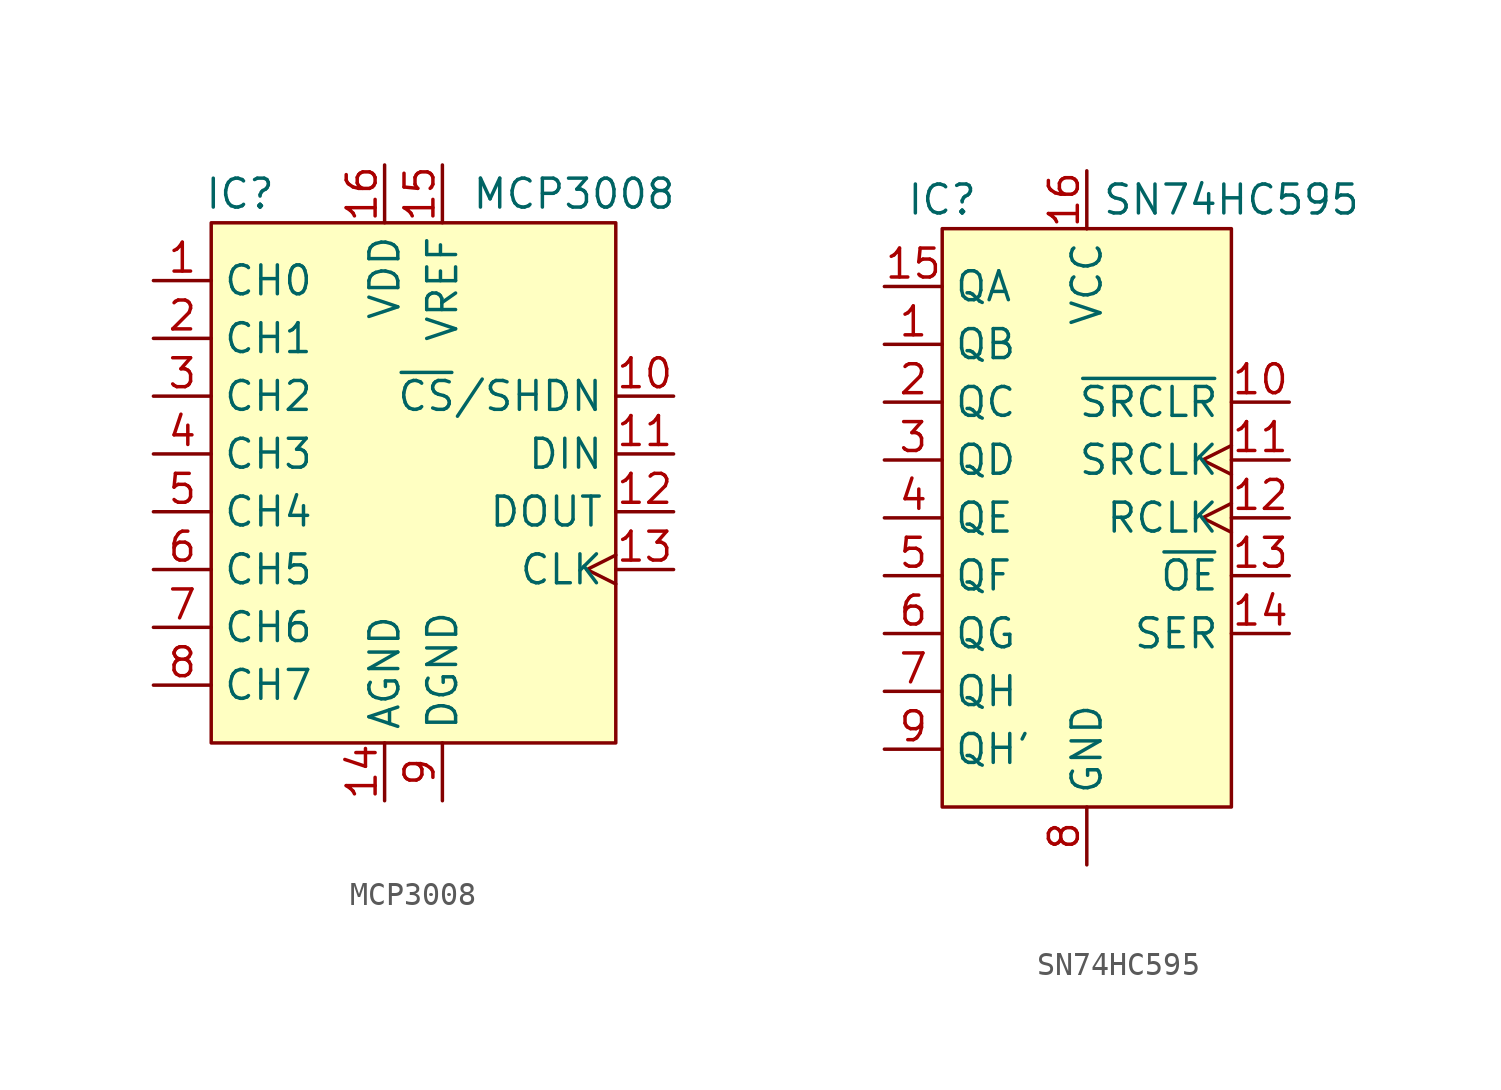
<source format=kicad_sym>
(kicad_symbol_lib
  (version 20220914)
  (generator kicad_symbol_editor)
  (symbol "MCP3008"
    (property "Reference" "IC"
      (at -7.62 12.7 0)
      (effects (font (size 1.27 1.27))))
    (property "Value" "MCP3008"
      (at 2.54 12.7 0)
      (effects (font (size 1.27 1.27)) (justify left)))
    (symbol "MCP3008_1_1"
      (rectangle (start -8.89 11.43) (end 8.89 -11.43) (stroke (width 0) (type default)) (fill (type background)))
      (pin input line (at -11.43 8.89 0) (length 2.54) (name "CH0" (effects (font (size 1.27 1.27)))) (number "1" (effects (font (size 1.27 1.27)))))
      (pin input line (at 11.43 3.81 180) (length 2.54) (name "~{CS}/SHDN" (effects (font (size 1.27 1.27)))) (number "10" (effects (font (size 1.27 1.27)))))
      (pin input line (at 11.43 1.27 180) (length 2.54) (name "DIN" (effects (font (size 1.27 1.27)))) (number "11" (effects (font (size 1.27 1.27)))))
      (pin output line (at 11.43 -1.27 180) (length 2.54) (name "DOUT" (effects (font (size 1.27 1.27)))) (number "12" (effects (font (size 1.27 1.27)))))
      (pin input clock (at 11.43 -3.81 180) (length 2.54) (name "CLK" (effects (font (size 1.27 1.27)))) (number "13" (effects (font (size 1.27 1.27)))))
      (pin power_in line (at -1.27 -13.97 90) (length 2.54) (name "AGND" (effects (font (size 1.27 1.27)))) (number "14" (effects (font (size 1.27 1.27)))))
      (pin power_in line (at 1.27 13.97 270) (length 2.54) (name "VREF" (effects (font (size 1.27 1.27)))) (number "15" (effects (font (size 1.27 1.27)))))
      (pin power_in line (at -1.27 13.97 270) (length 2.54) (name "VDD" (effects (font (size 1.27 1.27)))) (number "16" (effects (font (size 1.27 1.27)))))
      (pin input line (at -11.43 6.35 0) (length 2.54) (name "CH1" (effects (font (size 1.27 1.27)))) (number "2" (effects (font (size 1.27 1.27)))))
      (pin input line (at -11.43 3.81 0) (length 2.54) (name "CH2" (effects (font (size 1.27 1.27)))) (number "3" (effects (font (size 1.27 1.27)))))
      (pin input line (at -11.43 1.27 0) (length 2.54) (name "CH3" (effects (font (size 1.27 1.27)))) (number "4" (effects (font (size 1.27 1.27)))))
      (pin input line (at -11.43 -1.27 0) (length 2.54) (name "CH4" (effects (font (size 1.27 1.27)))) (number "5" (effects (font (size 1.27 1.27)))))
      (pin input line (at -11.43 -3.81 0) (length 2.54) (name "CH5" (effects (font (size 1.27 1.27)))) (number "6" (effects (font (size 1.27 1.27)))))
      (pin input line (at -11.43 -6.35 0) (length 2.54) (name "CH6" (effects (font (size 1.27 1.27)))) (number "7" (effects (font (size 1.27 1.27)))))
      (pin input line (at -11.43 -8.89 0) (length 2.54) (name "CH7" (effects (font (size 1.27 1.27)))) (number "8" (effects (font (size 1.27 1.27)))))
      (pin power_in line (at 1.27 -13.97 90) (length 2.54) (name "DGND" (effects (font (size 1.27 1.27)))) (number "9" (effects (font (size 1.27 1.27)))))))
  (symbol "SN74HC595"
    (property "Reference" "IC"
      (at -6.35 13.97 0)
      (effects (font (size 1.27 1.27))))
    (property "Value" "SN74HC595"
      (at 6.35 13.97 0)
      (effects (font (size 1.27 1.27))))
    (symbol "SN74HC595_0_1"
      (rectangle (start 0 12.7) (end 0 12.7) (stroke (width 0) (type default)) (fill (type none))))
    (symbol "SN74HC595_1_1"
      (rectangle (start -6.35 12.7) (end 6.35 -12.7) (stroke (width 0) (type default)) (fill (type background)))
      (pin output line (at -8.89 7.62 0) (length 2.54) (name "QB" (effects (font (size 1.27 1.27)))) (number "1" (effects (font (size 1.27 1.27)))))
      (pin input line (at 8.89 5.08 180) (length 2.54) (name "~{SRCLR}" (effects (font (size 1.27 1.27)))) (number "10" (effects (font (size 1.27 1.27)))))
      (pin input clock (at 8.89 2.54 180) (length 2.54) (name "SRCLK" (effects (font (size 1.27 1.27)))) (number "11" (effects (font (size 1.27 1.27)))))
      (pin input clock (at 8.89 0 180) (length 2.54) (name "RCLK" (effects (font (size 1.27 1.27)))) (number "12" (effects (font (size 1.27 1.27)))))
      (pin input line (at 8.89 -2.54 180) (length 2.54) (name "~{OE}" (effects (font (size 1.27 1.27)))) (number "13" (effects (font (size 1.27 1.27)))))
      (pin input line (at 8.89 -5.08 180) (length 2.54) (name "SER" (effects (font (size 1.27 1.27)))) (number "14" (effects (font (size 1.27 1.27)))))
      (pin output line (at -8.89 10.16 0) (length 2.54) (name "QA" (effects (font (size 1.27 1.27)))) (number "15" (effects (font (size 1.27 1.27)))))
      (pin power_in line (at 0 15.24 270) (length 2.54) (name "VCC" (effects (font (size 1.27 1.27)))) (number "16" (effects (font (size 1.27 1.27)))))
      (pin output line (at -8.89 5.08 0) (length 2.54) (name "QC" (effects (font (size 1.27 1.27)))) (number "2" (effects (font (size 1.27 1.27)))))
      (pin output line (at -8.89 2.54 0) (length 2.54) (name "QD" (effects (font (size 1.27 1.27)))) (number "3" (effects (font (size 1.27 1.27)))))
      (pin output line (at -8.89 0 0) (length 2.54) (name "QE" (effects (font (size 1.27 1.27)))) (number "4" (effects (font (size 1.27 1.27)))))
      (pin output line (at -8.89 -2.54 0) (length 2.54) (name "QF" (effects (font (size 1.27 1.27)))) (number "5" (effects (font (size 1.27 1.27)))))
      (pin output line (at -8.89 -5.08 0) (length 2.54) (name "QG" (effects (font (size 1.27 1.27)))) (number "6" (effects (font (size 1.27 1.27)))))
      (pin output line (at -8.89 -7.62 0) (length 2.54) (name "QH" (effects (font (size 1.27 1.27)))) (number "7" (effects (font (size 1.27 1.27)))))
      (pin power_in line (at 0 -15.24 90) (length 2.54) (name "GND" (effects (font (size 1.27 1.27)))) (number "8" (effects (font (size 1.27 1.27)))))
      (pin output line (at -8.89 -10.16 0) (length 2.54) (name "QH'" (effects (font (size 1.27 1.27)))) (number "9" (effects (font (size 1.27 1.27))))))))
</source>
